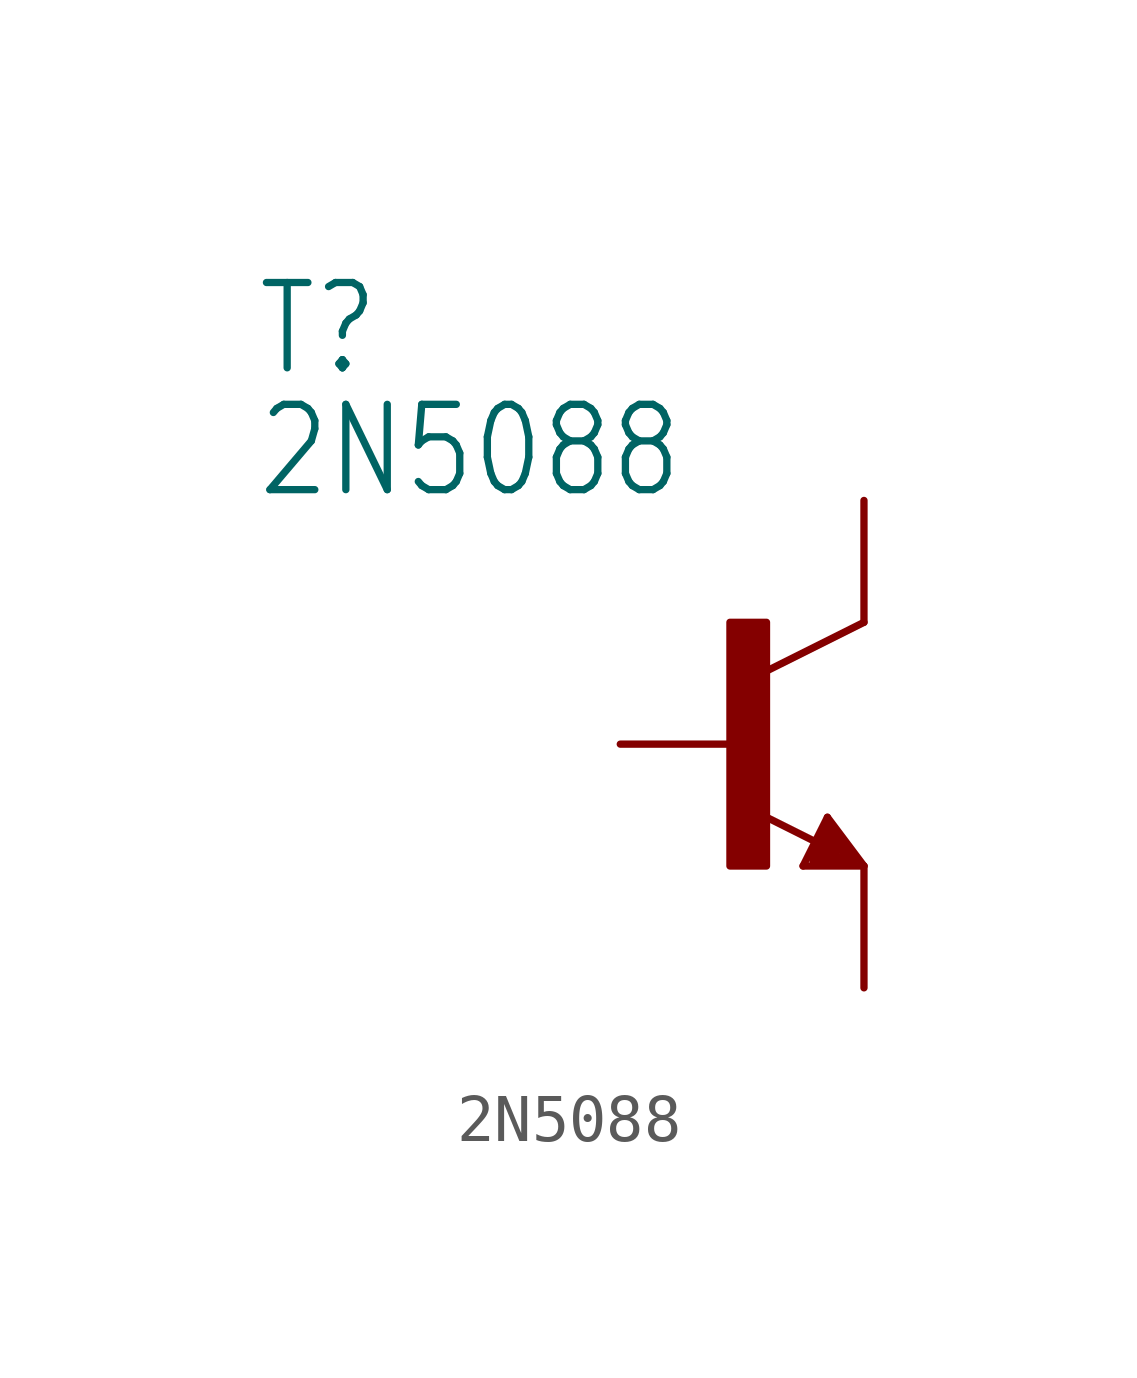
<source format=kicad_sym>
(kicad_symbol_lib
  (version 20211014)
  (generator kicad_symbol_editor)
  (symbol "2N5088"
    (property "Reference" "T"
      (at -10.16 7.62 0)
      (effects (font (size 1.778 1.511)) (justify left bottom)))
    (property "Value" "2N5088"
      (at -10.16 5.08 0)
      (effects (font (size 1.778 1.511)) (justify left bottom)))
    (property "ki_locked" ""
      (at 0 0 0)
      (effects (font (size 1.27 1.27))))
    (symbol "2N5088_1_0"
      (rectangle (start -0.254 -2.54) (end 0.508 2.54) (stroke (width 0) (type default) (color 0 0 0 0)) (fill (type outline)))
      (polyline (pts (xy 1.27 -2.54) (xy 1.778 -1.524)) (stroke (width 0.152) (type default) (color 0 0 0 0)) (fill (type none)))
      (polyline (pts (xy 1.524 -2.413) (xy 2.286 -2.413)) (stroke (width 0.254) (type default) (color 0 0 0 0)) (fill (type none)))
      (polyline (pts (xy 1.524 -2.286) (xy 1.905 -2.286)) (stroke (width 0.254) (type default) (color 0 0 0 0)) (fill (type none)))
      (polyline (pts (xy 1.54 -2.04) (xy 0.308 -1.424)) (stroke (width 0.152) (type default) (color 0 0 0 0)) (fill (type none)))
      (polyline (pts (xy 1.778 -1.778) (xy 1.524 -2.286)) (stroke (width 0.254) (type default) (color 0 0 0 0)) (fill (type none)))
      (polyline (pts (xy 1.778 -1.524) (xy 2.54 -2.54)) (stroke (width 0.152) (type default) (color 0 0 0 0)) (fill (type none)))
      (polyline (pts (xy 1.905 -2.286) (xy 1.778 -2.032)) (stroke (width 0.254) (type default) (color 0 0 0 0)) (fill (type none)))
      (polyline (pts (xy 2.286 -2.413) (xy 1.778 -1.778)) (stroke (width 0.254) (type default) (color 0 0 0 0)) (fill (type none)))
      (polyline (pts (xy 2.54 -2.54) (xy 1.27 -2.54)) (stroke (width 0.152) (type default) (color 0 0 0 0)) (fill (type none)))
      (polyline (pts (xy 2.54 2.54) (xy 0.508 1.524)) (stroke (width 0.152) (type default) (color 0 0 0 0)) (fill (type none)))
      (pin passive line (at 2.54 5.08 270) (length 2.54) (name "C" (effects (font (size 0 0)))) (number "1" (effects (font (size 0 0)))))
      (pin passive line (at -2.54 0 0) (length 2.54) (name "B" (effects (font (size 0 0)))) (number "2" (effects (font (size 0 0)))))
      (pin passive line (at 2.54 -5.08 90) (length 2.54) (name "E" (effects (font (size 0 0)))) (number "3" (effects (font (size 0 0))))))))
</source>
